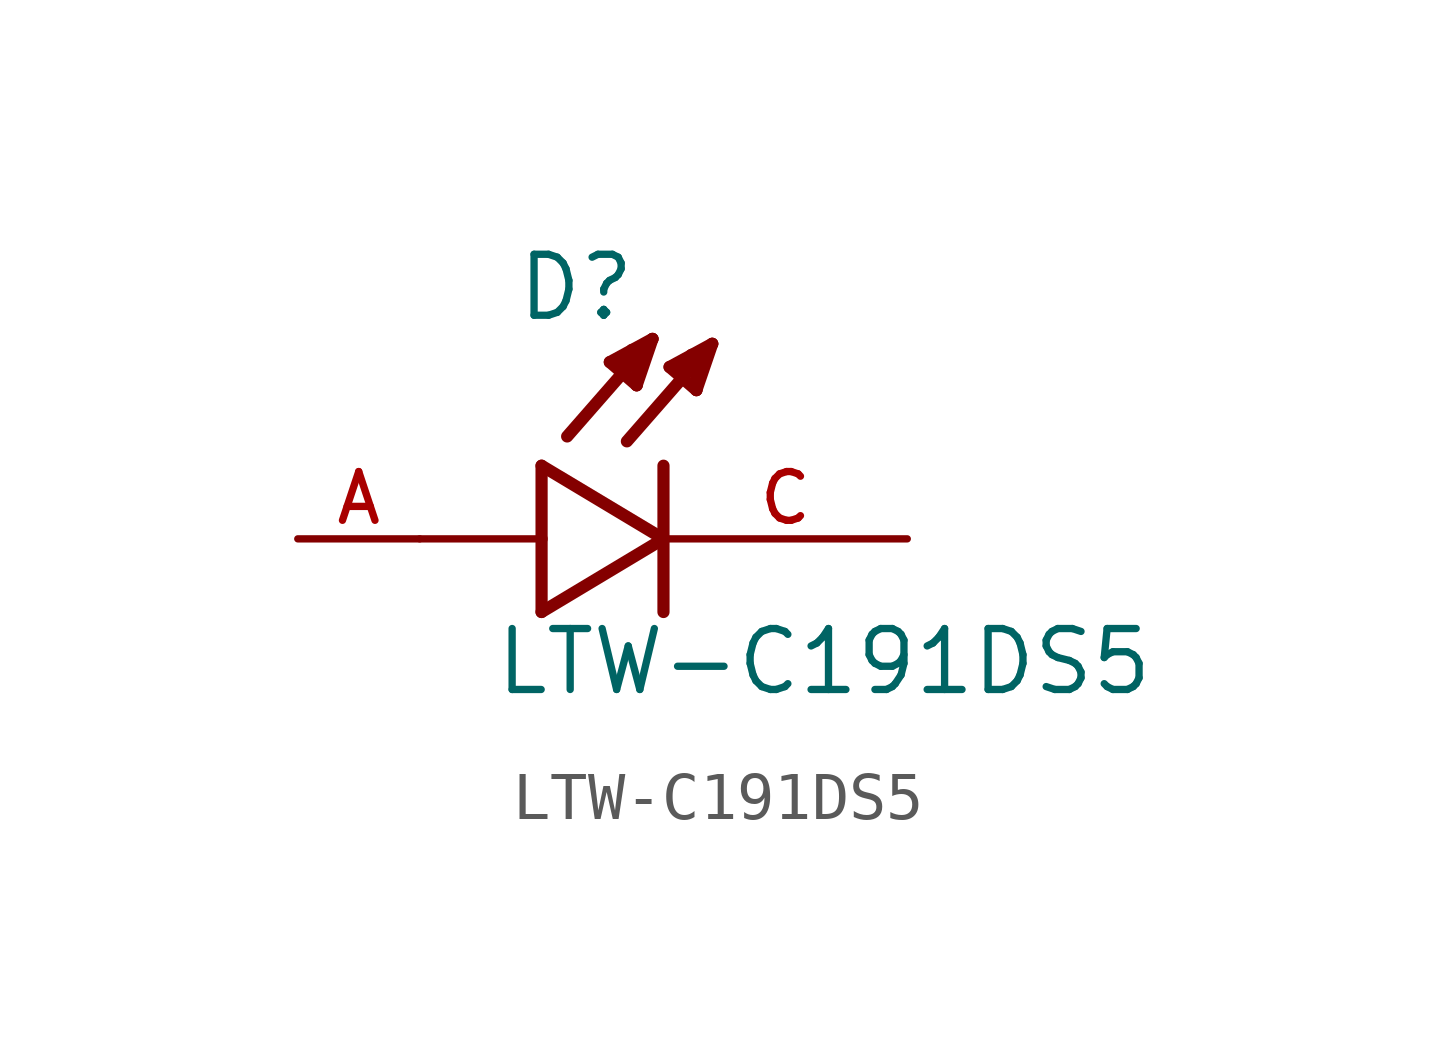
<source format=kicad_sym>
(kicad_symbol_lib
  (version 20211014)
  (generator kicad_symbol_editor)
  (symbol "LTW-C191DS5"
    (pin_names
      (offset 1.016))
    (property "Reference" "D"
      (at -3.099 4.496 0)
      (effects (font (size 1.27 1.27)) (justify bottom left)))
    (property "Value" "LTW-C191DS5"
      (at -3.556 -3.302 0)
      (effects (font (size 1.27 1.27)) (justify bottom left)))
    (symbol "LTW-C191DS5_0_0"
      (polyline (pts (xy -2.54 1.524) (xy -2.54 0.0)) (stroke (width 0.254)))
      (polyline (pts (xy -2.54 0.0) (xy -2.54 -1.524)) (stroke (width 0.254)))
      (polyline (pts (xy -2.54 -1.524) (xy 0.0 0.0)) (stroke (width 0.254)))
      (polyline (pts (xy 0.0 0.0) (xy -2.54 1.524)) (stroke (width 0.254)))
      (polyline (pts (xy 0.0 1.524) (xy 0.0 -1.524)) (stroke (width 0.254)))
      (polyline (pts (xy -2.54 0.0) (xy -5.08 0.0)) (stroke (width 0.152)))
      (polyline (pts (xy 1.016 4.064) (xy -0.762 2.032)) (stroke (width 0.254)))
      (polyline (pts (xy 0.686 3.099) (xy 0.127 3.581)) (stroke (width 0.254)))
      (polyline (pts (xy 0.127 3.581) (xy 1.016 4.064)) (stroke (width 0.254)))
      (polyline (pts (xy 1.016 4.064) (xy 0.686 3.099)) (stroke (width 0.254)))
      (polyline (pts (xy 0.686 3.099) (xy 0.711 3.835)) (stroke (width 0.254)))
      (polyline (pts (xy 0.711 3.835) (xy 0.584 3.835)) (stroke (width 0.254)))
      (polyline (pts (xy 0.305 3.505) (xy 0.533 3.658)) (stroke (width 0.254)))
      (polyline (pts (xy -0.229 4.166) (xy -2.007 2.134)) (stroke (width 0.254)))
      (polyline (pts (xy -0.559 3.2) (xy -1.118 3.683)) (stroke (width 0.254)))
      (polyline (pts (xy -1.118 3.683) (xy -0.229 4.166)) (stroke (width 0.254)))
      (polyline (pts (xy -0.229 4.166) (xy -0.559 3.2)) (stroke (width 0.254)))
      (polyline (pts (xy -0.559 3.2) (xy -0.533 3.937)) (stroke (width 0.254)))
      (polyline (pts (xy -0.533 3.937) (xy -0.66 3.937)) (stroke (width 0.254)))
      (polyline (pts (xy -0.94 3.607) (xy -0.711 3.759)) (stroke (width 0.254)))
      (pin passive line (at 5.08 0.0 180.0) (length 5.08) (name "~" (effects (font (size 1.016 1.016)))) (number "C" (effects (font (size 1.016 1.016)))))
      (pin passive line (at -7.62 0.0 0) (length 2.54) (name "~" (effects (font (size 1.016 1.016)))) (number "A" (effects (font (size 1.016 1.016))))))))
</source>
